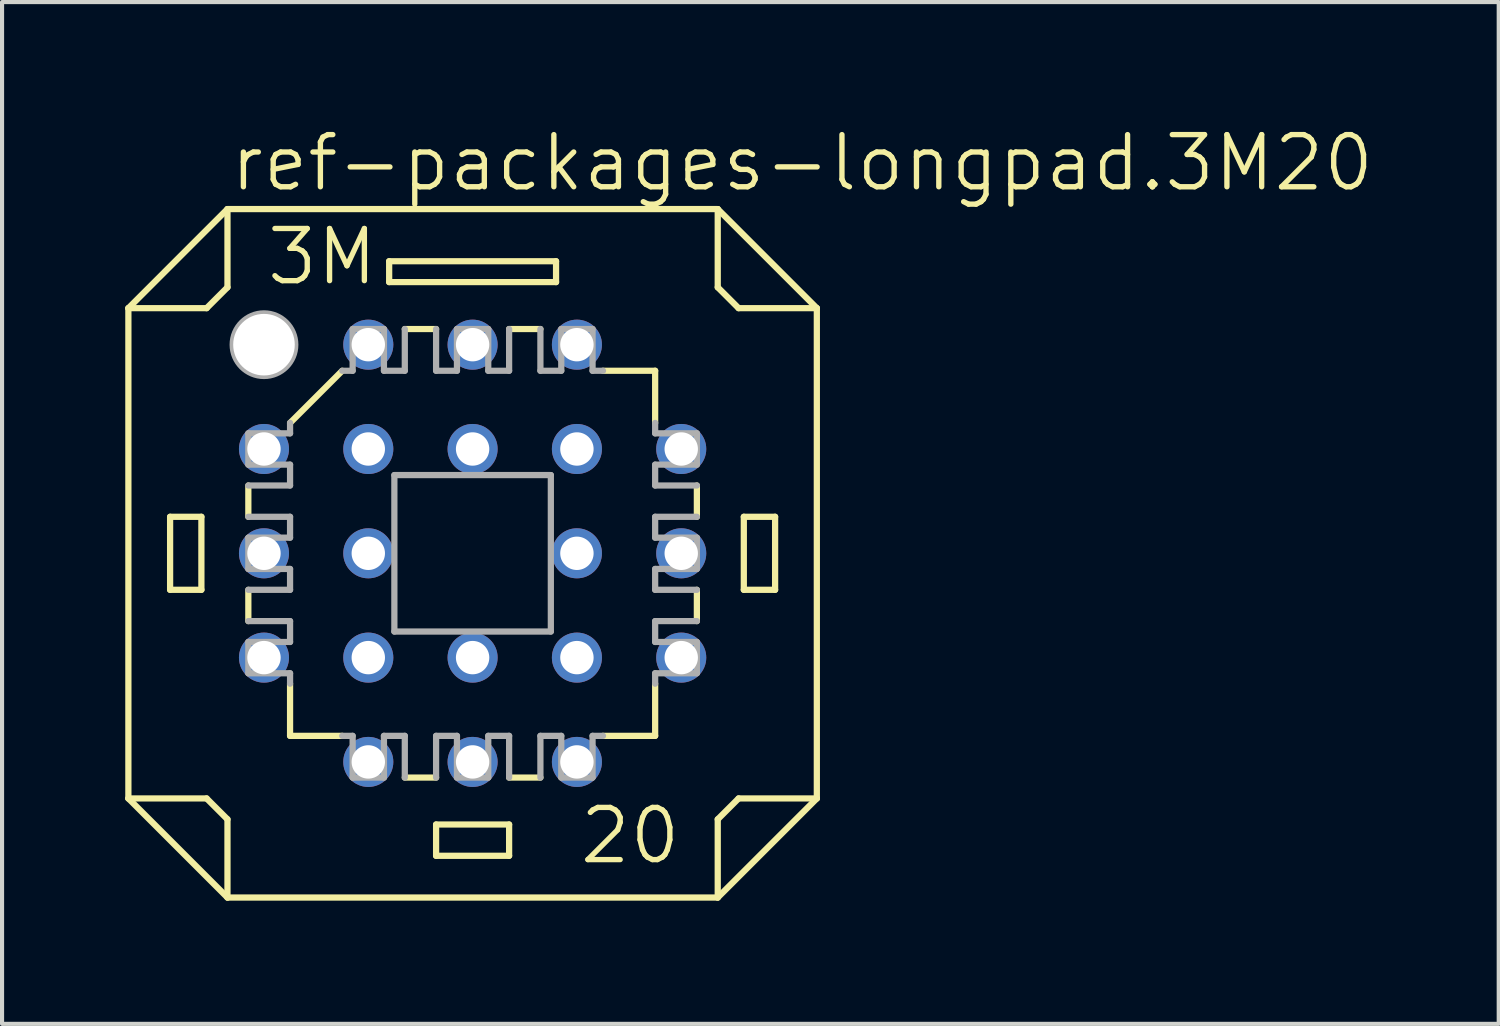
<source format=kicad_pcb>
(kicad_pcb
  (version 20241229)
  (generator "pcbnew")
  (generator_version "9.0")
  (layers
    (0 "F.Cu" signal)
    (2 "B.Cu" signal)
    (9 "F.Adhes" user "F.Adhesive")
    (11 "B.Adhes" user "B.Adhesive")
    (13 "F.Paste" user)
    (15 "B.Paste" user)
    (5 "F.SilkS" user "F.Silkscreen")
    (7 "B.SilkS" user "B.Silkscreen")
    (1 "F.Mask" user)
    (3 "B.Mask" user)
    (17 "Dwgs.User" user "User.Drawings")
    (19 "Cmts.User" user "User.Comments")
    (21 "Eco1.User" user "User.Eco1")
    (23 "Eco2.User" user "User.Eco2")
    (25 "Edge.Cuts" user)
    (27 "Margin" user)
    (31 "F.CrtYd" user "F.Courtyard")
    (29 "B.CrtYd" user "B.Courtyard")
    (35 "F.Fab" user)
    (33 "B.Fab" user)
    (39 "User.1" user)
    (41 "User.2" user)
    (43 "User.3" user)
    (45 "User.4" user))
  (footprint "ref-packages-longpad.3M20"
    (layer "F.Cu")
    (at 8.458 10.423)
    (property "Reference" "ref-packages-longpad.3M20" (at -5.969 -8.763 0) (layer "F.SilkS") (effects (font (size 1.27 1.27) (thickness 0.13)) (justify left bottom)))
    (attr through_hole)
    (fp_line (start -8.382 -5.969) (end -8.382 5.969) (stroke (width 0.152) (type default)) (layer "F.SilkS"))
    (fp_line (start -8.382 -5.969) (end -5.969 -8.382) (stroke (width 0.152) (type default)) (layer "F.SilkS"))
    (fp_line (start -8.382 5.969) (end -6.477 5.969) (stroke (width 0.152) (type default)) (layer "F.SilkS"))
    (fp_line (start -7.366 -0.889) (end -6.604 -0.889) (stroke (width 0.152) (type default)) (layer "F.SilkS"))
    (fp_line (start -7.366 0.889) (end -7.366 -0.889) (stroke (width 0.152) (type default)) (layer "F.SilkS"))
    (fp_line (start -7.366 0.889) (end -6.604 0.889) (stroke (width 0.152) (type default)) (layer "F.SilkS"))
    (fp_line (start -6.604 0.889) (end -6.604 -0.889) (stroke (width 0.152) (type default)) (layer "F.SilkS"))
    (fp_line (start -6.477 -5.969) (end -8.382 -5.969) (stroke (width 0.152) (type default)) (layer "F.SilkS"))
    (fp_line (start -6.477 -5.969) (end -5.969 -6.477) (stroke (width 0.152) (type default)) (layer "F.SilkS"))
    (fp_line (start -5.969 -8.382) (end -5.969 -6.477) (stroke (width 0.152) (type default)) (layer "F.SilkS"))
    (fp_line (start -5.969 6.477) (end -6.477 5.969) (stroke (width 0.152) (type default)) (layer "F.SilkS"))
    (fp_line (start -5.969 6.477) (end -5.969 8.382) (stroke (width 0.152) (type default)) (layer "F.SilkS"))
    (fp_line (start -5.969 8.382) (end -8.382 5.969) (stroke (width 0.152) (type default)) (layer "F.SilkS"))
    (fp_line (start -5.461 -0.889) (end -5.461 -1.651) (stroke (width 0.152) (type default)) (layer "F.SilkS"))
    (fp_line (start -5.461 1.651) (end -5.461 0.889) (stroke (width 0.152) (type default)) (layer "F.SilkS"))
    (fp_line (start -4.445 -3.175) (end -3.175 -4.445) (stroke (width 0.152) (type default)) (layer "F.SilkS"))
    (fp_line (start -4.445 4.445) (end -4.445 3.175) (stroke (width 0.152) (type default)) (layer "F.SilkS"))
    (fp_line (start -4.445 4.445) (end -3.175 4.445) (stroke (width 0.152) (type default)) (layer "F.SilkS"))
    (fp_line (start -2.032 -7.112) (end -2.032 -6.604) (stroke (width 0.152) (type default)) (layer "F.SilkS"))
    (fp_line (start -1.651 5.461) (end -0.889 5.461) (stroke (width 0.152) (type default)) (layer "F.SilkS"))
    (fp_line (start -0.889 -5.461) (end -1.651 -5.461) (stroke (width 0.152) (type default)) (layer "F.SilkS"))
    (fp_line (start -0.889 7.366) (end -0.889 6.604) (stroke (width 0.152) (type default)) (layer "F.SilkS"))
    (fp_line (start -0.889 7.366) (end 0.889 7.366) (stroke (width 0.152) (type default)) (layer "F.SilkS"))
    (fp_line (start 0.889 5.461) (end 1.651 5.461) (stroke (width 0.152) (type default)) (layer "F.SilkS"))
    (fp_line (start 0.889 6.604) (end -0.889 6.604) (stroke (width 0.152) (type default)) (layer "F.SilkS"))
    (fp_line (start 0.889 6.604) (end 0.889 7.366) (stroke (width 0.152) (type default)) (layer "F.SilkS"))
    (fp_line (start 1.651 -5.461) (end 0.889 -5.461) (stroke (width 0.152) (type default)) (layer "F.SilkS"))
    (fp_line (start 2.032 -7.112) (end -2.032 -7.112) (stroke (width 0.152) (type default)) (layer "F.SilkS"))
    (fp_line (start 2.032 -6.604) (end -2.032 -6.604) (stroke (width 0.152) (type default)) (layer "F.SilkS"))
    (fp_line (start 2.032 -6.604) (end 2.032 -7.112) (stroke (width 0.152) (type default)) (layer "F.SilkS"))
    (fp_line (start 3.175 4.445) (end 4.445 4.445) (stroke (width 0.152) (type default)) (layer "F.SilkS"))
    (fp_line (start 4.445 -4.445) (end 3.175 -4.445) (stroke (width 0.152) (type default)) (layer "F.SilkS"))
    (fp_line (start 4.445 -4.445) (end 4.445 -3.175) (stroke (width 0.152) (type default)) (layer "F.SilkS"))
    (fp_line (start 4.445 4.445) (end 4.445 3.175) (stroke (width 0.152) (type default)) (layer "F.SilkS"))
    (fp_line (start 5.461 -1.651) (end 5.461 -0.889) (stroke (width 0.152) (type default)) (layer "F.SilkS"))
    (fp_line (start 5.461 0.889) (end 5.461 1.651) (stroke (width 0.152) (type default)) (layer "F.SilkS"))
    (fp_line (start 5.969 -8.382) (end -5.969 -8.382) (stroke (width 0.152) (type default)) (layer "F.SilkS"))
    (fp_line (start 5.969 -8.382) (end 8.382 -5.969) (stroke (width 0.152) (type default)) (layer "F.SilkS"))
    (fp_line (start 5.969 -6.477) (end 5.969 -8.382) (stroke (width 0.152) (type default)) (layer "F.SilkS"))
    (fp_line (start 5.969 -6.477) (end 6.477 -5.969) (stroke (width 0.152) (type default)) (layer "F.SilkS"))
    (fp_line (start 5.969 8.382) (end -5.969 8.382) (stroke (width 0.152) (type default)) (layer "F.SilkS"))
    (fp_line (start 5.969 8.382) (end 5.969 6.477) (stroke (width 0.152) (type default)) (layer "F.SilkS"))
    (fp_line (start 6.477 5.969) (end 5.969 6.477) (stroke (width 0.152) (type default)) (layer "F.SilkS"))
    (fp_line (start 6.477 5.969) (end 8.382 5.969) (stroke (width 0.152) (type default)) (layer "F.SilkS"))
    (fp_line (start 6.604 -0.889) (end 6.604 0.889) (stroke (width 0.152) (type default)) (layer "F.SilkS"))
    (fp_line (start 6.604 -0.889) (end 7.366 -0.889) (stroke (width 0.152) (type default)) (layer "F.SilkS"))
    (fp_line (start 7.366 0.889) (end 6.604 0.889) (stroke (width 0.152) (type default)) (layer "F.SilkS"))
    (fp_line (start 7.366 0.889) (end 7.366 -0.889) (stroke (width 0.152) (type default)) (layer "F.SilkS"))
    (fp_line (start 8.382 -5.969) (end 6.477 -5.969) (stroke (width 0.152) (type default)) (layer "F.SilkS"))
    (fp_line (start 8.382 -5.969) (end 8.382 5.969) (stroke (width 0.152) (type default)) (layer "F.SilkS"))
    (fp_line (start 8.382 5.969) (end 5.969 8.382) (stroke (width 0.152) (type default)) (layer "F.SilkS"))
    (fp_line (start -5.461 -2.921) (end -5.461 -2.159) (stroke (width 0.152) (type default)) (layer "F.Fab"))
    (fp_line (start -5.461 -2.921) (end -4.445 -2.921) (stroke (width 0.152) (type default)) (layer "F.Fab"))
    (fp_line (start -5.461 -0.889) (end -4.445 -0.889) (stroke (width 0.152) (type default)) (layer "F.Fab"))
    (fp_line (start -5.461 0.381) (end -5.461 -0.381) (stroke (width 0.152) (type default)) (layer "F.Fab"))
    (fp_line (start -5.461 0.381) (end -4.445 0.381) (stroke (width 0.152) (type default)) (layer "F.Fab"))
    (fp_line (start -5.461 1.651) (end -4.445 1.651) (stroke (width 0.152) (type default)) (layer "F.Fab"))
    (fp_line (start -5.461 2.921) (end -5.461 2.159) (stroke (width 0.152) (type default)) (layer "F.Fab"))
    (fp_line (start -5.461 2.921) (end -4.445 2.921) (stroke (width 0.152) (type default)) (layer "F.Fab"))
    (fp_line (start -4.445 -2.921) (end -4.445 -3.175) (stroke (width 0.152) (type default)) (layer "F.Fab"))
    (fp_line (start -4.445 -2.159) (end -5.461 -2.159) (stroke (width 0.152) (type default)) (layer "F.Fab"))
    (fp_line (start -4.445 -2.159) (end -4.445 -1.651) (stroke (width 0.152) (type default)) (layer "F.Fab"))
    (fp_line (start -4.445 -1.651) (end -5.461 -1.651) (stroke (width 0.152) (type default)) (layer "F.Fab"))
    (fp_line (start -4.445 -0.381) (end -5.461 -0.381) (stroke (width 0.152) (type default)) (layer "F.Fab"))
    (fp_line (start -4.445 -0.381) (end -4.445 -0.889) (stroke (width 0.152) (type default)) (layer "F.Fab"))
    (fp_line (start -4.445 0.889) (end -5.461 0.889) (stroke (width 0.152) (type default)) (layer "F.Fab"))
    (fp_line (start -4.445 0.889) (end -4.445 0.381) (stroke (width 0.152) (type default)) (layer "F.Fab"))
    (fp_line (start -4.445 2.159) (end -5.461 2.159) (stroke (width 0.152) (type default)) (layer "F.Fab"))
    (fp_line (start -4.445 2.159) (end -4.445 1.651) (stroke (width 0.152) (type default)) (layer "F.Fab"))
    (fp_line (start -4.445 2.921) (end -4.445 3.175) (stroke (width 0.152) (type default)) (layer "F.Fab"))
    (fp_line (start -3.175 -4.445) (end -2.921 -4.445) (stroke (width 0.152) (type default)) (layer "F.Fab"))
    (fp_line (start -2.921 -4.445) (end -2.921 -5.461) (stroke (width 0.152) (type default)) (layer "F.Fab"))
    (fp_line (start -2.921 4.445) (end -3.175 4.445) (stroke (width 0.152) (type default)) (layer "F.Fab"))
    (fp_line (start -2.921 5.461) (end -2.921 4.445) (stroke (width 0.152) (type default)) (layer "F.Fab"))
    (fp_line (start -2.921 5.461) (end -2.159 5.461) (stroke (width 0.152) (type default)) (layer "F.Fab"))
    (fp_line (start -2.159 -5.461) (end -2.921 -5.461) (stroke (width 0.152) (type default)) (layer "F.Fab"))
    (fp_line (start -2.159 -5.461) (end -2.159 -4.445) (stroke (width 0.152) (type default)) (layer "F.Fab"))
    (fp_line (start -2.159 4.445) (end -2.159 5.461) (stroke (width 0.152) (type default)) (layer "F.Fab"))
    (fp_line (start -1.905 -1.905) (end -1.905 1.905) (stroke (width 0.152) (type default)) (layer "F.Fab"))
    (fp_line (start -1.905 -1.905) (end 1.905 -1.905) (stroke (width 0.152) (type default)) (layer "F.Fab"))
    (fp_line (start -1.651 -4.445) (end -2.159 -4.445) (stroke (width 0.152) (type default)) (layer "F.Fab"))
    (fp_line (start -1.651 -4.445) (end -1.651 -5.461) (stroke (width 0.152) (type default)) (layer "F.Fab"))
    (fp_line (start -1.651 4.445) (end -2.159 4.445) (stroke (width 0.152) (type default)) (layer "F.Fab"))
    (fp_line (start -1.651 5.461) (end -1.651 4.445) (stroke (width 0.152) (type default)) (layer "F.Fab"))
    (fp_line (start -0.889 -5.461) (end -0.889 -4.445) (stroke (width 0.152) (type default)) (layer "F.Fab"))
    (fp_line (start -0.889 4.445) (end -0.889 5.461) (stroke (width 0.152) (type default)) (layer "F.Fab"))
    (fp_line (start -0.381 -4.445) (end -0.889 -4.445) (stroke (width 0.152) (type default)) (layer "F.Fab"))
    (fp_line (start -0.381 -4.445) (end -0.381 -5.461) (stroke (width 0.152) (type default)) (layer "F.Fab"))
    (fp_line (start -0.381 4.445) (end -0.889 4.445) (stroke (width 0.152) (type default)) (layer "F.Fab"))
    (fp_line (start -0.381 5.461) (end -0.381 4.445) (stroke (width 0.152) (type default)) (layer "F.Fab"))
    (fp_line (start -0.381 5.461) (end 0.381 5.461) (stroke (width 0.152) (type default)) (layer "F.Fab"))
    (fp_line (start 0.381 -5.461) (end -0.381 -5.461) (stroke (width 0.152) (type default)) (layer "F.Fab"))
    (fp_line (start 0.381 -5.461) (end 0.381 -4.445) (stroke (width 0.152) (type default)) (layer "F.Fab"))
    (fp_line (start 0.381 4.445) (end 0.381 5.461) (stroke (width 0.152) (type default)) (layer "F.Fab"))
    (fp_line (start 0.889 -4.445) (end 0.381 -4.445) (stroke (width 0.152) (type default)) (layer "F.Fab"))
    (fp_line (start 0.889 -4.445) (end 0.889 -5.461) (stroke (width 0.152) (type default)) (layer "F.Fab"))
    (fp_line (start 0.889 4.445) (end 0.381 4.445) (stroke (width 0.152) (type default)) (layer "F.Fab"))
    (fp_line (start 0.889 5.461) (end 0.889 4.445) (stroke (width 0.152) (type default)) (layer "F.Fab"))
    (fp_line (start 1.651 -5.461) (end 1.651 -4.445) (stroke (width 0.152) (type default)) (layer "F.Fab"))
    (fp_line (start 1.651 4.445) (end 1.651 5.461) (stroke (width 0.152) (type default)) (layer "F.Fab"))
    (fp_line (start 1.905 1.905) (end -1.905 1.905) (stroke (width 0.152) (type default)) (layer "F.Fab"))
    (fp_line (start 1.905 1.905) (end 1.905 -1.905) (stroke (width 0.152) (type default)) (layer "F.Fab"))
    (fp_line (start 2.159 -4.445) (end 1.651 -4.445) (stroke (width 0.152) (type default)) (layer "F.Fab"))
    (fp_line (start 2.159 -4.445) (end 2.159 -5.461) (stroke (width 0.152) (type default)) (layer "F.Fab"))
    (fp_line (start 2.159 4.445) (end 1.651 4.445) (stroke (width 0.152) (type default)) (layer "F.Fab"))
    (fp_line (start 2.159 5.461) (end 2.159 4.445) (stroke (width 0.152) (type default)) (layer "F.Fab"))
    (fp_line (start 2.159 5.461) (end 2.921 5.461) (stroke (width 0.152) (type default)) (layer "F.Fab"))
    (fp_line (start 2.921 -5.461) (end 2.159 -5.461) (stroke (width 0.152) (type default)) (layer "F.Fab"))
    (fp_line (start 2.921 -5.461) (end 2.921 -4.445) (stroke (width 0.152) (type default)) (layer "F.Fab"))
    (fp_line (start 2.921 -4.445) (end 3.175 -4.445) (stroke (width 0.152) (type default)) (layer "F.Fab"))
    (fp_line (start 2.921 4.445) (end 2.921 5.461) (stroke (width 0.152) (type default)) (layer "F.Fab"))
    (fp_line (start 3.175 4.445) (end 2.921 4.445) (stroke (width 0.152) (type default)) (layer "F.Fab"))
    (fp_line (start 4.445 -2.921) (end 4.445 -3.175) (stroke (width 0.152) (type default)) (layer "F.Fab"))
    (fp_line (start 4.445 -2.159) (end 5.461 -2.159) (stroke (width 0.152) (type default)) (layer "F.Fab"))
    (fp_line (start 4.445 -1.651) (end 4.445 -2.159) (stroke (width 0.152) (type default)) (layer "F.Fab"))
    (fp_line (start 4.445 -0.889) (end 5.461 -0.889) (stroke (width 0.152) (type default)) (layer "F.Fab"))
    (fp_line (start 4.445 -0.381) (end 4.445 -0.889) (stroke (width 0.152) (type default)) (layer "F.Fab"))
    (fp_line (start 4.445 0.381) (end 5.461 0.381) (stroke (width 0.152) (type default)) (layer "F.Fab"))
    (fp_line (start 4.445 0.889) (end 4.445 0.381) (stroke (width 0.152) (type default)) (layer "F.Fab"))
    (fp_line (start 4.445 1.651) (end 4.445 2.159) (stroke (width 0.152) (type default)) (layer "F.Fab"))
    (fp_line (start 4.445 1.651) (end 5.461 1.651) (stroke (width 0.152) (type default)) (layer "F.Fab"))
    (fp_line (start 4.445 2.159) (end 5.461 2.159) (stroke (width 0.152) (type default)) (layer "F.Fab"))
    (fp_line (start 4.445 2.921) (end 4.445 3.175) (stroke (width 0.152) (type default)) (layer "F.Fab"))
    (fp_line (start 5.461 -2.921) (end 4.445 -2.921) (stroke (width 0.152) (type default)) (layer "F.Fab"))
    (fp_line (start 5.461 -2.921) (end 5.461 -2.159) (stroke (width 0.152) (type default)) (layer "F.Fab"))
    (fp_line (start 5.461 -1.651) (end 4.445 -1.651) (stroke (width 0.152) (type default)) (layer "F.Fab"))
    (fp_line (start 5.461 -0.381) (end 4.445 -0.381) (stroke (width 0.152) (type default)) (layer "F.Fab"))
    (fp_line (start 5.461 -0.381) (end 5.461 0.381) (stroke (width 0.152) (type default)) (layer "F.Fab"))
    (fp_line (start 5.461 0.889) (end 4.445 0.889) (stroke (width 0.152) (type default)) (layer "F.Fab"))
    (fp_line (start 5.461 2.921) (end 4.445 2.921) (stroke (width 0.152) (type default)) (layer "F.Fab"))
    (fp_line (start 5.461 2.921) (end 5.461 2.159) (stroke (width 0.152) (type default)) (layer "F.Fab"))
    (fp_circle (center -5.08 -5.08) (end -4.318 -5.08) (stroke (width 0.152) (type default)) (fill no) (layer "F.Fab"))
    (fp_text user "20" (at 2.54 7.62 0) (layer "F.SilkS") (effects (font (size 1.27 1.27) (thickness 0.13)) (justify left bottom)))
    (fp_text user "3M" (at -5.08 -6.477 0) (layer "F.SilkS") (effects (font (size 1.27 1.27) (thickness 0.13)) (justify left bottom)))
    (pad "" np_thru_hole circle (at -5.08 -5.08) (size 1.499 1.499) (drill 1.499) (layers "*.Cu" "*.Mask"))
    (pad "1" thru_hole circle (at 0 -5.08) (size 1.219 1.219) (drill 0.813) (layers "*.Cu" "*.Mask"))
    (pad "2" thru_hole circle (at 0 -2.54) (size 1.219 1.219) (drill 0.813) (layers "*.Cu" "*.Mask"))
    (pad "3" thru_hole circle (at -2.54 -5.08) (size 1.219 1.219) (drill 0.813) (layers "*.Cu" "*.Mask"))
    (pad "4" thru_hole circle (at -5.08 -2.54) (size 1.219 1.219) (drill 0.813) (layers "*.Cu" "*.Mask"))
    (pad "5" thru_hole circle (at -2.54 -2.54) (size 1.219 1.219) (drill 0.813) (layers "*.Cu" "*.Mask"))
    (pad "6" thru_hole circle (at -5.08 0) (size 1.219 1.219) (drill 0.813) (layers "*.Cu" "*.Mask"))
    (pad "7" thru_hole circle (at -2.54 0) (size 1.219 1.219) (drill 0.813) (layers "*.Cu" "*.Mask"))
    (pad "8" thru_hole circle (at -5.08 2.54) (size 1.219 1.219) (drill 0.813) (layers "*.Cu" "*.Mask"))
    (pad "9" thru_hole circle (at -2.54 5.08) (size 1.219 1.219) (drill 0.813) (layers "*.Cu" "*.Mask"))
    (pad "10" thru_hole circle (at -2.54 2.54) (size 1.219 1.219) (drill 0.813) (layers "*.Cu" "*.Mask"))
    (pad "11" thru_hole circle (at 0 5.08) (size 1.219 1.219) (drill 0.813) (layers "*.Cu" "*.Mask"))
    (pad "12" thru_hole circle (at 0 2.54) (size 1.219 1.219) (drill 0.813) (layers "*.Cu" "*.Mask"))
    (pad "13" thru_hole circle (at 2.54 5.08) (size 1.219 1.219) (drill 0.813) (layers "*.Cu" "*.Mask"))
    (pad "14" thru_hole circle (at 5.08 2.54) (size 1.219 1.219) (drill 0.813) (layers "*.Cu" "*.Mask"))
    (pad "15" thru_hole circle (at 2.54 2.54) (size 1.219 1.219) (drill 0.813) (layers "*.Cu" "*.Mask"))
    (pad "16" thru_hole circle (at 5.08 0) (size 1.219 1.219) (drill 0.813) (layers "*.Cu" "*.Mask"))
    (pad "17" thru_hole circle (at 2.54 0) (size 1.219 1.219) (drill 0.813) (layers "*.Cu" "*.Mask"))
    (pad "18" thru_hole circle (at 5.08 -2.54) (size 1.219 1.219) (drill 0.813) (layers "*.Cu" "*.Mask"))
    (pad "19" thru_hole circle (at 2.54 -5.08) (size 1.219 1.219) (drill 0.813) (layers "*.Cu" "*.Mask"))
    (pad "20" thru_hole circle (at 2.54 -2.54) (size 1.219 1.219) (drill 0.813) (layers "*.Cu" "*.Mask")))
  (gr_rect
    (start -3 -3)
    (end 33.444 21.881)
    (stroke (width 0.1) (type default))
    (fill no)
    (layer "Edge.Cuts")))
</source>
